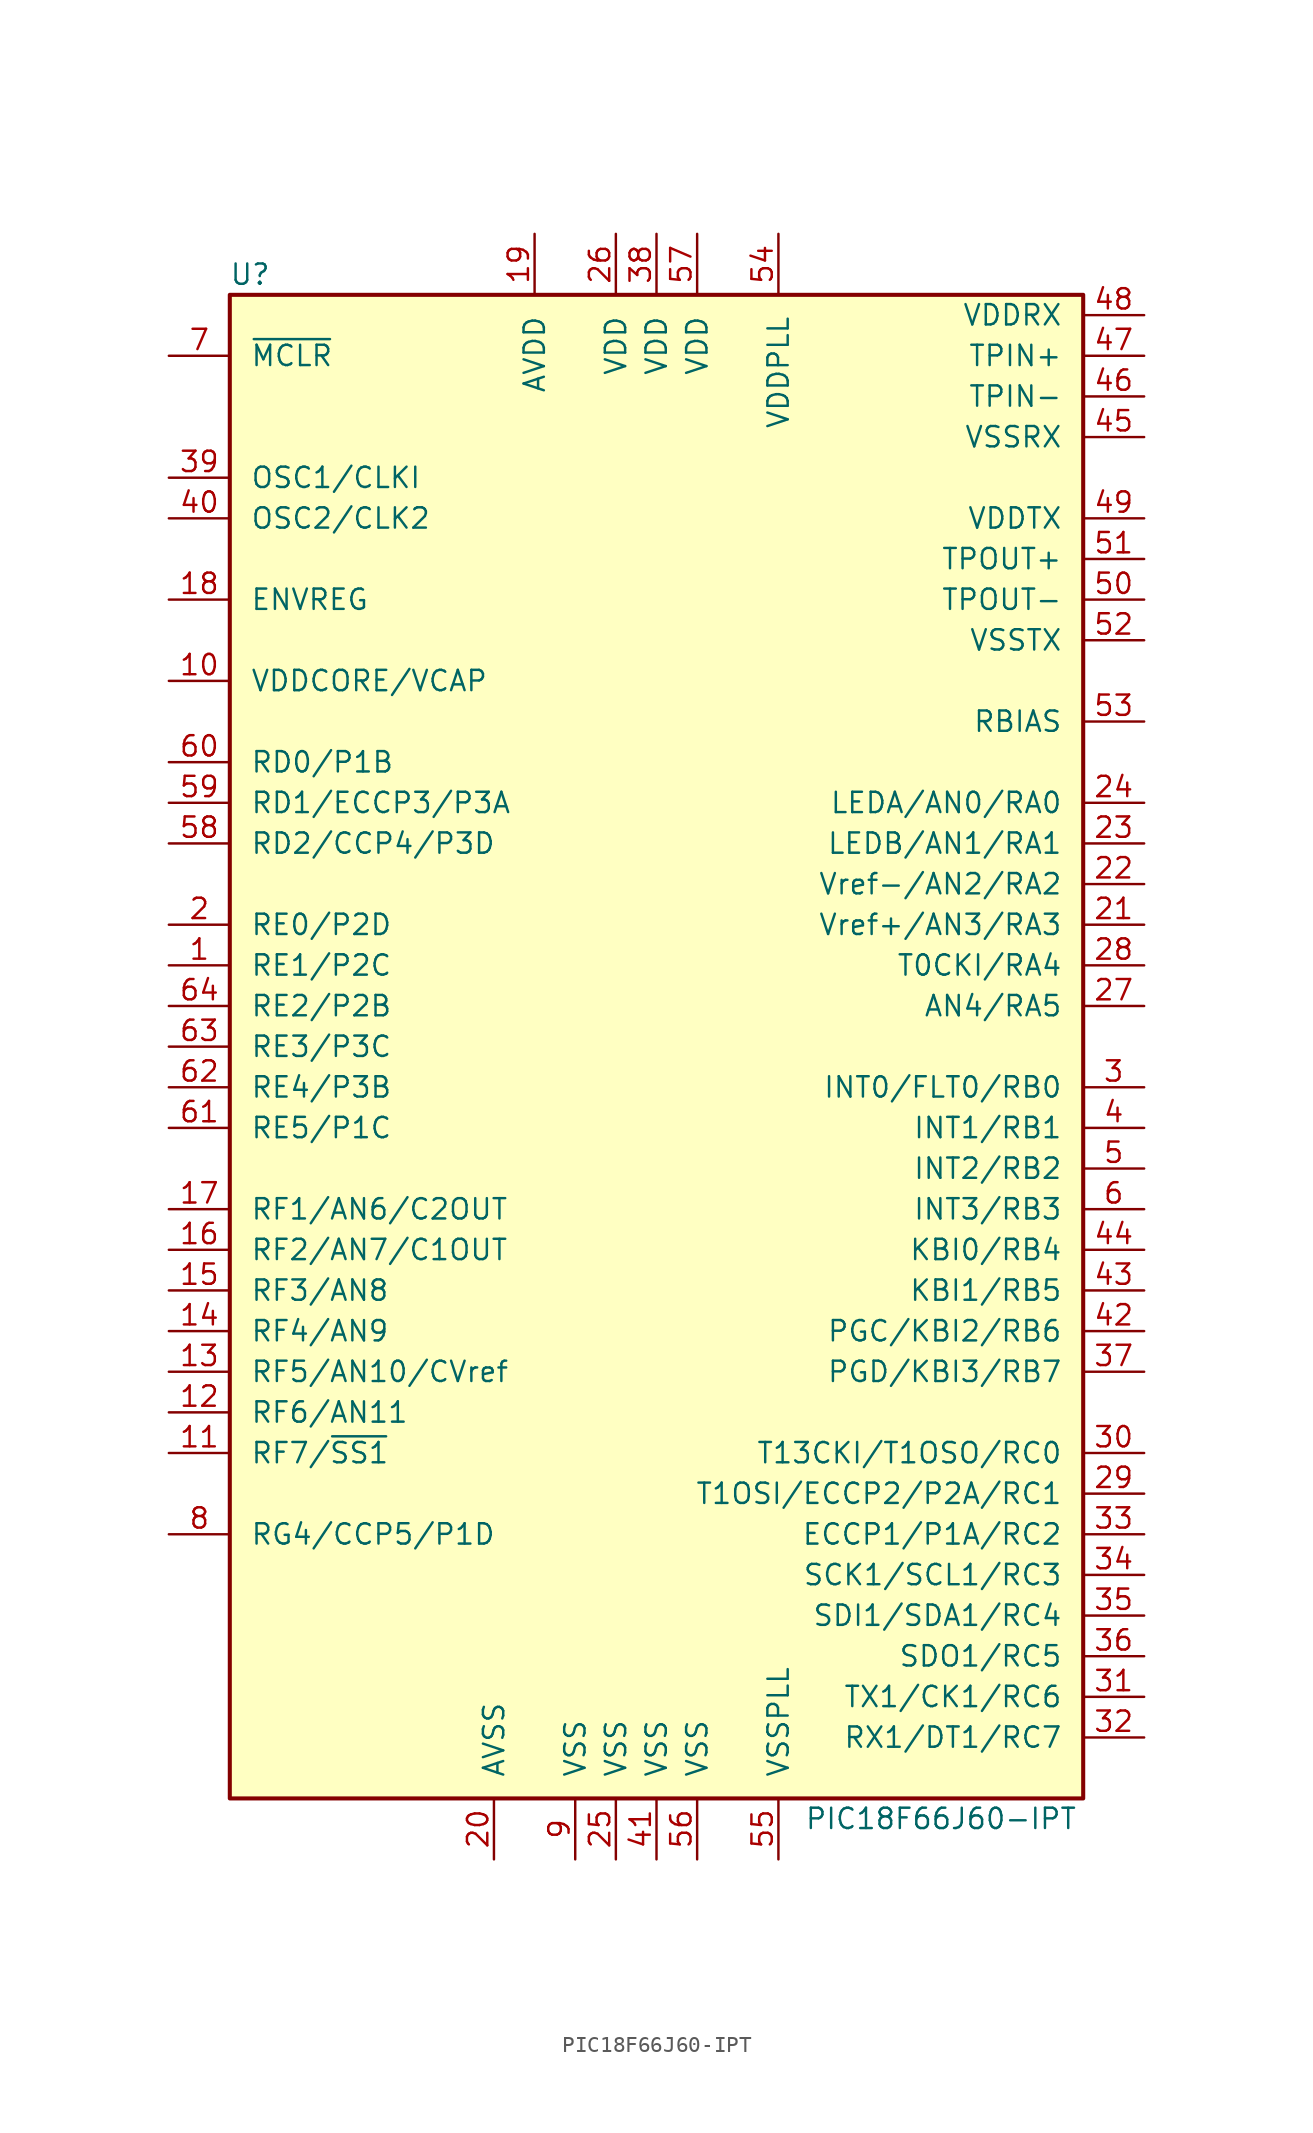
<source format=kicad_sym>
(kicad_symbol_lib
  (version 20231120)
  (generator "kicad_symbol_editor")
  (generator_version "8.0")
  (symbol "PIC18F66J60-IPT"
    (pin_names
      (offset 1.27))
    (property "Reference" "U"
      (at -25.4 48.26 0)
      (effects (font (size 1.27 1.27))))
    (property "Value" "PIC18F66J60-IPT"
      (at 17.78 -48.26 0)
      (effects (font (size 1.27 1.27))))
    (symbol "PIC18F66J60-IPT_0_1"
      (rectangle (start -26.67 46.99) (end 26.67 -46.99) (stroke (width 0.254) (type default)) (fill (type background))))
    (symbol "PIC18F66J60-IPT_1_1"
      (pin bidirectional line (at -30.48 5.08 0) (length 3.81) (name "RE1/P2C" (effects (font (size 1.27 1.27)))) (number "1" (effects (font (size 1.27 1.27)))))
      (pin passive line (at -30.48 22.86 0) (length 3.81) (name "VDDCORE/VCAP" (effects (font (size 1.27 1.27)))) (number "10" (effects (font (size 1.27 1.27)))))
      (pin bidirectional line (at -30.48 -25.4 0) (length 3.81) (name "RF7/~{SS1}" (effects (font (size 1.27 1.27)))) (number "11" (effects (font (size 1.27 1.27)))))
      (pin bidirectional line (at -30.48 -22.86 0) (length 3.81) (name "RF6/AN11" (effects (font (size 1.27 1.27)))) (number "12" (effects (font (size 1.27 1.27)))))
      (pin bidirectional line (at -30.48 -20.32 0) (length 3.81) (name "RF5/AN10/CVref" (effects (font (size 1.27 1.27)))) (number "13" (effects (font (size 1.27 1.27)))))
      (pin bidirectional line (at -30.48 -17.78 0) (length 3.81) (name "RF4/AN9" (effects (font (size 1.27 1.27)))) (number "14" (effects (font (size 1.27 1.27)))))
      (pin bidirectional line (at -30.48 -15.24 0) (length 3.81) (name "RF3/AN8" (effects (font (size 1.27 1.27)))) (number "15" (effects (font (size 1.27 1.27)))))
      (pin bidirectional line (at -30.48 -12.7 0) (length 3.81) (name "RF2/AN7/C1OUT" (effects (font (size 1.27 1.27)))) (number "16" (effects (font (size 1.27 1.27)))))
      (pin bidirectional line (at -30.48 -10.16 0) (length 3.81) (name "RF1/AN6/C2OUT" (effects (font (size 1.27 1.27)))) (number "17" (effects (font (size 1.27 1.27)))))
      (pin passive line (at -30.48 27.94 0) (length 3.81) (name "ENVREG" (effects (font (size 1.27 1.27)))) (number "18" (effects (font (size 1.27 1.27)))))
      (pin power_in line (at -7.62 50.8 270) (length 3.81) (name "AVDD" (effects (font (size 1.27 1.27)))) (number "19" (effects (font (size 1.27 1.27)))))
      (pin bidirectional line (at -30.48 7.62 0) (length 3.81) (name "RE0/P2D" (effects (font (size 1.27 1.27)))) (number "2" (effects (font (size 1.27 1.27)))))
      (pin power_in line (at -10.16 -50.8 90) (length 3.81) (name "AVSS" (effects (font (size 1.27 1.27)))) (number "20" (effects (font (size 1.27 1.27)))))
      (pin bidirectional line (at 30.48 7.62 180) (length 3.81) (name "Vref+/AN3/RA3" (effects (font (size 1.27 1.27)))) (number "21" (effects (font (size 1.27 1.27)))))
      (pin bidirectional line (at 30.48 10.16 180) (length 3.81) (name "Vref-/AN2/RA2" (effects (font (size 1.27 1.27)))) (number "22" (effects (font (size 1.27 1.27)))))
      (pin bidirectional line (at 30.48 12.7 180) (length 3.81) (name "LEDB/AN1/RA1" (effects (font (size 1.27 1.27)))) (number "23" (effects (font (size 1.27 1.27)))))
      (pin bidirectional line (at 30.48 15.24 180) (length 3.81) (name "LEDA/AN0/RA0" (effects (font (size 1.27 1.27)))) (number "24" (effects (font (size 1.27 1.27)))))
      (pin power_in line (at -2.54 -50.8 90) (length 3.81) (name "VSS" (effects (font (size 1.27 1.27)))) (number "25" (effects (font (size 1.27 1.27)))))
      (pin power_in line (at -2.54 50.8 270) (length 3.81) (name "VDD" (effects (font (size 1.27 1.27)))) (number "26" (effects (font (size 1.27 1.27)))))
      (pin bidirectional line (at 30.48 2.54 180) (length 3.81) (name "AN4/RA5" (effects (font (size 1.27 1.27)))) (number "27" (effects (font (size 1.27 1.27)))))
      (pin bidirectional line (at 30.48 5.08 180) (length 3.81) (name "T0CKI/RA4" (effects (font (size 1.27 1.27)))) (number "28" (effects (font (size 1.27 1.27)))))
      (pin bidirectional line (at 30.48 -27.94 180) (length 3.81) (name "T1OSI/ECCP2/P2A/RC1" (effects (font (size 1.27 1.27)))) (number "29" (effects (font (size 1.27 1.27)))))
      (pin bidirectional line (at 30.48 -2.54 180) (length 3.81) (name "INT0/FLT0/RB0" (effects (font (size 1.27 1.27)))) (number "3" (effects (font (size 1.27 1.27)))))
      (pin bidirectional line (at 30.48 -25.4 180) (length 3.81) (name "T13CKI/T1OSO/RC0" (effects (font (size 1.27 1.27)))) (number "30" (effects (font (size 1.27 1.27)))))
      (pin bidirectional line (at 30.48 -40.64 180) (length 3.81) (name "TX1/CK1/RC6" (effects (font (size 1.27 1.27)))) (number "31" (effects (font (size 1.27 1.27)))))
      (pin bidirectional line (at 30.48 -43.18 180) (length 3.81) (name "RX1/DT1/RC7" (effects (font (size 1.27 1.27)))) (number "32" (effects (font (size 1.27 1.27)))))
      (pin bidirectional line (at 30.48 -30.48 180) (length 3.81) (name "ECCP1/P1A/RC2" (effects (font (size 1.27 1.27)))) (number "33" (effects (font (size 1.27 1.27)))))
      (pin bidirectional line (at 30.48 -33.02 180) (length 3.81) (name "SCK1/SCL1/RC3" (effects (font (size 1.27 1.27)))) (number "34" (effects (font (size 1.27 1.27)))))
      (pin bidirectional line (at 30.48 -35.56 180) (length 3.81) (name "SDI1/SDA1/RC4" (effects (font (size 1.27 1.27)))) (number "35" (effects (font (size 1.27 1.27)))))
      (pin bidirectional line (at 30.48 -38.1 180) (length 3.81) (name "SDO1/RC5" (effects (font (size 1.27 1.27)))) (number "36" (effects (font (size 1.27 1.27)))))
      (pin bidirectional line (at 30.48 -20.32 180) (length 3.81) (name "PGD/KBI3/RB7" (effects (font (size 1.27 1.27)))) (number "37" (effects (font (size 1.27 1.27)))))
      (pin power_in line (at 0 50.8 270) (length 3.81) (name "VDD" (effects (font (size 1.27 1.27)))) (number "38" (effects (font (size 1.27 1.27)))))
      (pin input line (at -30.48 35.56 0) (length 3.81) (name "OSC1/CLKI" (effects (font (size 1.27 1.27)))) (number "39" (effects (font (size 1.27 1.27)))))
      (pin bidirectional line (at 30.48 -5.08 180) (length 3.81) (name "INT1/RB1" (effects (font (size 1.27 1.27)))) (number "4" (effects (font (size 1.27 1.27)))))
      (pin output line (at -30.48 33.02 0) (length 3.81) (name "OSC2/CLK2" (effects (font (size 1.27 1.27)))) (number "40" (effects (font (size 1.27 1.27)))))
      (pin power_in line (at 0 -50.8 90) (length 3.81) (name "VSS" (effects (font (size 1.27 1.27)))) (number "41" (effects (font (size 1.27 1.27)))))
      (pin bidirectional line (at 30.48 -17.78 180) (length 3.81) (name "PGC/KBI2/RB6" (effects (font (size 1.27 1.27)))) (number "42" (effects (font (size 1.27 1.27)))))
      (pin bidirectional line (at 30.48 -15.24 180) (length 3.81) (name "KBI1/RB5" (effects (font (size 1.27 1.27)))) (number "43" (effects (font (size 1.27 1.27)))))
      (pin bidirectional line (at 30.48 -12.7 180) (length 3.81) (name "KBI0/RB4" (effects (font (size 1.27 1.27)))) (number "44" (effects (font (size 1.27 1.27)))))
      (pin power_in line (at 30.48 38.1 180) (length 3.81) (name "VSSRX" (effects (font (size 1.27 1.27)))) (number "45" (effects (font (size 1.27 1.27)))))
      (pin passive line (at 30.48 40.64 180) (length 3.81) (name "TPIN-" (effects (font (size 1.27 1.27)))) (number "46" (effects (font (size 1.27 1.27)))))
      (pin passive line (at 30.48 43.18 180) (length 3.81) (name "TPIN+" (effects (font (size 1.27 1.27)))) (number "47" (effects (font (size 1.27 1.27)))))
      (pin power_in line (at 30.48 45.72 180) (length 3.81) (name "VDDRX" (effects (font (size 1.27 1.27)))) (number "48" (effects (font (size 1.27 1.27)))))
      (pin power_in line (at 30.48 33.02 180) (length 3.81) (name "VDDTX" (effects (font (size 1.27 1.27)))) (number "49" (effects (font (size 1.27 1.27)))))
      (pin bidirectional line (at 30.48 -7.62 180) (length 3.81) (name "INT2/RB2" (effects (font (size 1.27 1.27)))) (number "5" (effects (font (size 1.27 1.27)))))
      (pin passive line (at 30.48 27.94 180) (length 3.81) (name "TPOUT-" (effects (font (size 1.27 1.27)))) (number "50" (effects (font (size 1.27 1.27)))))
      (pin passive line (at 30.48 30.48 180) (length 3.81) (name "TPOUT+" (effects (font (size 1.27 1.27)))) (number "51" (effects (font (size 1.27 1.27)))))
      (pin power_in line (at 30.48 25.4 180) (length 3.81) (name "VSSTX" (effects (font (size 1.27 1.27)))) (number "52" (effects (font (size 1.27 1.27)))))
      (pin passive line (at 30.48 20.32 180) (length 3.81) (name "RBIAS" (effects (font (size 1.27 1.27)))) (number "53" (effects (font (size 1.27 1.27)))))
      (pin power_in line (at 7.62 50.8 270) (length 3.81) (name "VDDPLL" (effects (font (size 1.27 1.27)))) (number "54" (effects (font (size 1.27 1.27)))))
      (pin power_in line (at 7.62 -50.8 90) (length 3.81) (name "VSSPLL" (effects (font (size 1.27 1.27)))) (number "55" (effects (font (size 1.27 1.27)))))
      (pin power_in line (at 2.54 -50.8 90) (length 3.81) (name "VSS" (effects (font (size 1.27 1.27)))) (number "56" (effects (font (size 1.27 1.27)))))
      (pin power_in line (at 2.54 50.8 270) (length 3.81) (name "VDD" (effects (font (size 1.27 1.27)))) (number "57" (effects (font (size 1.27 1.27)))))
      (pin bidirectional line (at -30.48 12.7 0) (length 3.81) (name "RD2/CCP4/P3D" (effects (font (size 1.27 1.27)))) (number "58" (effects (font (size 1.27 1.27)))))
      (pin bidirectional line (at -30.48 15.24 0) (length 3.81) (name "RD1/ECCP3/P3A" (effects (font (size 1.27 1.27)))) (number "59" (effects (font (size 1.27 1.27)))))
      (pin bidirectional line (at 30.48 -10.16 180) (length 3.81) (name "INT3/RB3" (effects (font (size 1.27 1.27)))) (number "6" (effects (font (size 1.27 1.27)))))
      (pin bidirectional line (at -30.48 17.78 0) (length 3.81) (name "RD0/P1B" (effects (font (size 1.27 1.27)))) (number "60" (effects (font (size 1.27 1.27)))))
      (pin bidirectional line (at -30.48 -5.08 0) (length 3.81) (name "RE5/P1C" (effects (font (size 1.27 1.27)))) (number "61" (effects (font (size 1.27 1.27)))))
      (pin bidirectional line (at -30.48 -2.54 0) (length 3.81) (name "RE4/P3B" (effects (font (size 1.27 1.27)))) (number "62" (effects (font (size 1.27 1.27)))))
      (pin bidirectional line (at -30.48 0 0) (length 3.81) (name "RE3/P3C" (effects (font (size 1.27 1.27)))) (number "63" (effects (font (size 1.27 1.27)))))
      (pin bidirectional line (at -30.48 2.54 0) (length 3.81) (name "RE2/P2B" (effects (font (size 1.27 1.27)))) (number "64" (effects (font (size 1.27 1.27)))))
      (pin input line (at -30.48 43.18 0) (length 3.81) (name "~{MCLR}" (effects (font (size 1.27 1.27)))) (number "7" (effects (font (size 1.27 1.27)))))
      (pin bidirectional line (at -30.48 -30.48 0) (length 3.81) (name "RG4/CCP5/P1D" (effects (font (size 1.27 1.27)))) (number "8" (effects (font (size 1.27 1.27)))))
      (pin power_in line (at -5.08 -50.8 90) (length 3.81) (name "VSS" (effects (font (size 1.27 1.27)))) (number "9" (effects (font (size 1.27 1.27))))))))
</source>
